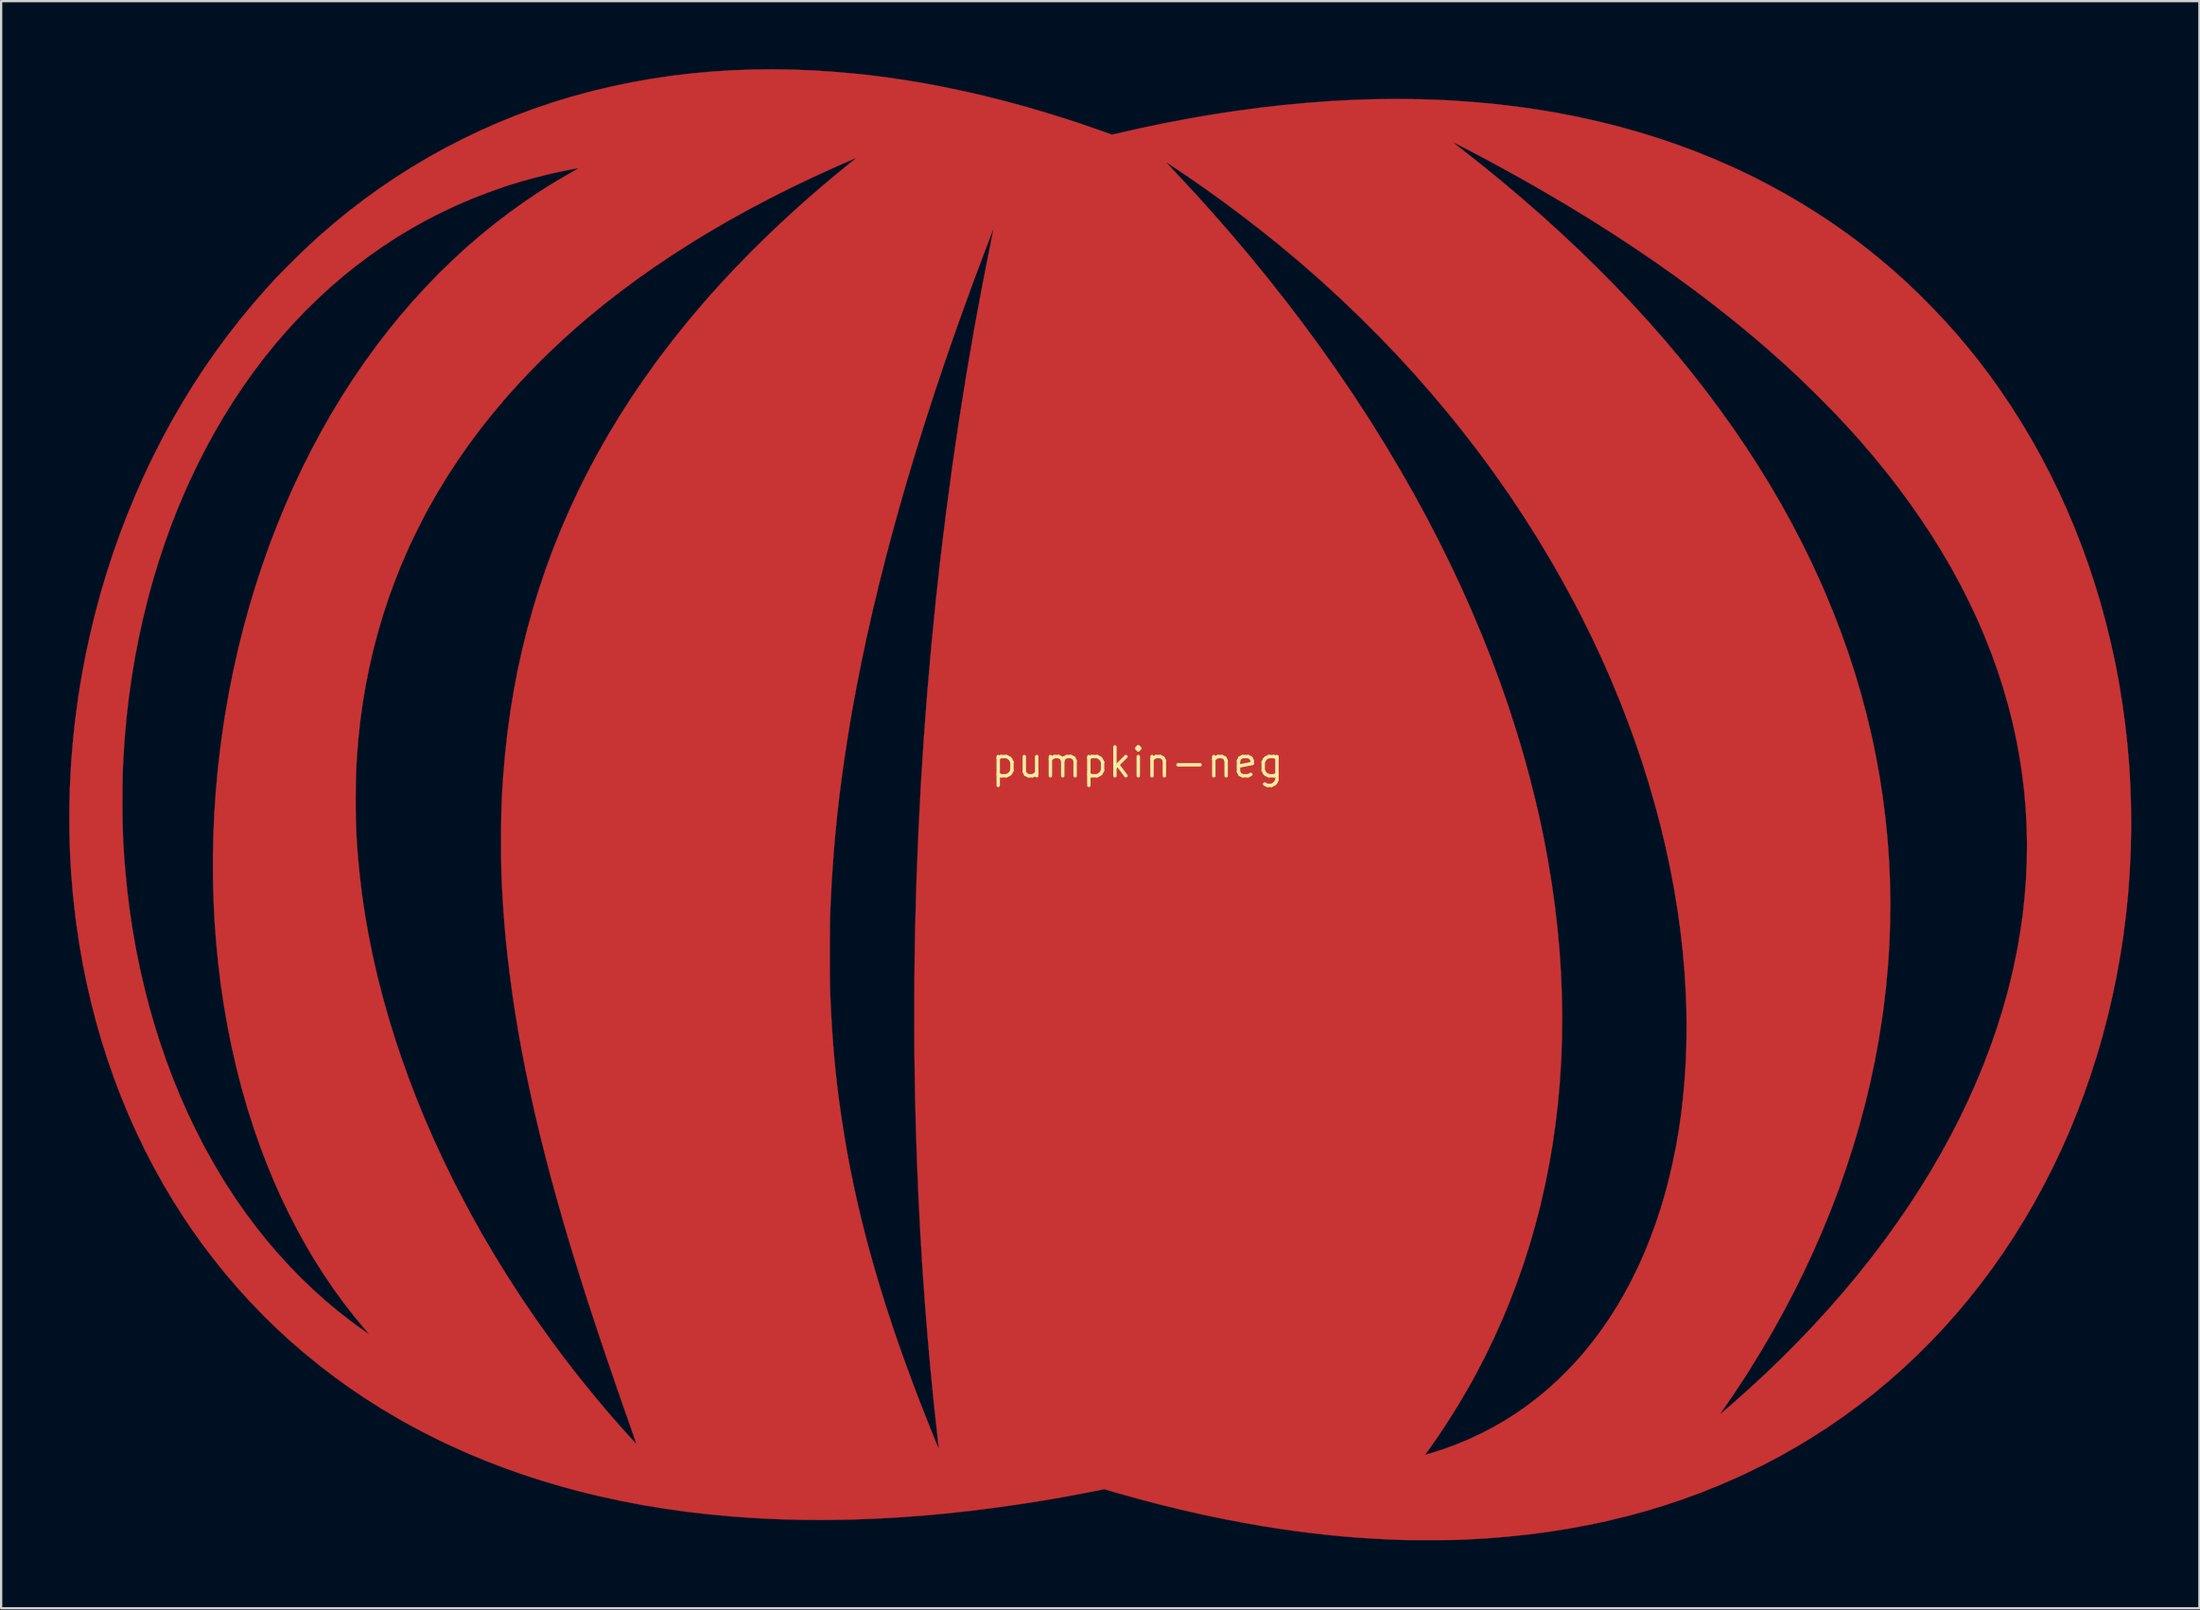
<source format=kicad_pcb>
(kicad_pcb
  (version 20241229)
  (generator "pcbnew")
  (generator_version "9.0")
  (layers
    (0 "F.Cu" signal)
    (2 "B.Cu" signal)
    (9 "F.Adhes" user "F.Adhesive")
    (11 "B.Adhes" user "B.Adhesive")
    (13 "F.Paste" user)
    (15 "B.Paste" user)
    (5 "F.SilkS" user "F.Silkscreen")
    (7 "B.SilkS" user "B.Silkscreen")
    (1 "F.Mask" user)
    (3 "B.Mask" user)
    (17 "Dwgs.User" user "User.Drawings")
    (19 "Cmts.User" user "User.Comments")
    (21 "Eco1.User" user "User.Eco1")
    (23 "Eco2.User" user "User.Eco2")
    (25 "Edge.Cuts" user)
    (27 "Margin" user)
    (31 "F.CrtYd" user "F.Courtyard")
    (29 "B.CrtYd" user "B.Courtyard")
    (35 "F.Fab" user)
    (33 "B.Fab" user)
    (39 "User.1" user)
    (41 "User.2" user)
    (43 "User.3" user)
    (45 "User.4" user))
  (footprint "pumpkin-neg"
    (layer "F.Cu")
    (at 47.056 30.556)
    (property "Reference" "pumpkin-neg" (at 0 0 0) (layer "F.SilkS") (effects (font (size 1.27 1.27) (thickness 0.15))))
    (attr through_hole)
    (fp_poly (pts (xy -15.131 -30.536) (xy -14.206 -30.498) (xy -13.273 -30.435) (xy -12.33 -30.35) (xy -11.944 -30.308) (xy -11.108 -30.204) (xy -10.26 -30.08) (xy -9.401 -29.936) (xy -8.535 -29.772) (xy -7.662 -29.589) (xy -6.784 -29.388) (xy -5.905 -29.168) (xy -5.026 -28.931) (xy -4.149 -28.676) (xy -3.276 -28.405) (xy -3.27 -28.403) (xy -3.172 -28.372) (xy -3.079 -28.342) (xy -2.993 -28.314) (xy -2.919 -28.291) (xy -2.86 -28.272) (xy -2.82 -28.259) (xy -2.811 -28.256) (xy -2.771 -28.243) (xy -2.711 -28.223) (xy -2.632 -28.197) (xy -2.539 -28.165) (xy -2.433 -28.129) (xy -2.319 -28.089) (xy -2.198 -28.048) (xy -2.075 -28.005) (xy -1.951 -27.962) (xy -1.831 -27.92) (xy -1.716 -27.88) (xy -1.611 -27.843) (xy -1.517 -27.81) (xy -1.439 -27.782) (xy -1.417 -27.774) (xy -1.126 -27.67) (xy -0.979 -27.705) (xy 0.098 -27.95) (xy 1.169 -28.174) (xy 2.234 -28.377) (xy 3.291 -28.559) (xy 4.342 -28.719) (xy 5.384 -28.859) (xy 6.418 -28.976) (xy 7.442 -29.073) (xy 8.457 -29.148) (xy 9.462 -29.202) (xy 10.456 -29.234) (xy 11.439 -29.244) (xy 12.41 -29.233) (xy 13.369 -29.2) (xy 13.805 -29.178) (xy 14.772 -29.111) (xy 15.726 -29.023) (xy 16.668 -28.913) (xy 17.596 -28.781) (xy 18.513 -28.627) (xy 19.417 -28.45) (xy 20.308 -28.252) (xy 21.187 -28.032) (xy 22.053 -27.79) (xy 22.908 -27.526) (xy 23.75 -27.239) (xy 24.58 -26.931) (xy 25.398 -26.6) (xy 26.204 -26.248) (xy 26.486 -26.118) (xy 27.166 -25.789) (xy 27.841 -25.44) (xy 28.511 -25.072) (xy 29.171 -24.687) (xy 29.819 -24.286) (xy 30.454 -23.871) (xy 31.073 -23.443) (xy 31.672 -23.004) (xy 32.251 -22.555) (xy 32.36 -22.467) (xy 32.649 -22.231) (xy 32.92 -22.005) (xy 33.179 -21.785) (xy 33.428 -21.566) (xy 33.672 -21.347) (xy 33.915 -21.122) (xy 34.162 -20.888) (xy 34.416 -20.642) (xy 34.561 -20.498) (xy 35.093 -19.959) (xy 35.602 -19.417) (xy 36.091 -18.868) (xy 36.563 -18.31) (xy 37.021 -17.739) (xy 37.468 -17.151) (xy 37.906 -16.544) (xy 37.96 -16.466) (xy 38.447 -15.747) (xy 38.914 -15.012) (xy 39.36 -14.263) (xy 39.786 -13.501) (xy 40.191 -12.725) (xy 40.575 -11.937) (xy 40.938 -11.136) (xy 41.28 -10.325) (xy 41.6 -9.502) (xy 41.899 -8.669) (xy 42.176 -7.826) (xy 42.432 -6.974) (xy 42.665 -6.113) (xy 42.877 -5.244) (xy 43.066 -4.367) (xy 43.233 -3.483) (xy 43.377 -2.593) (xy 43.499 -1.697) (xy 43.598 -0.795) (xy 43.674 0.111) (xy 43.727 1.022) (xy 43.757 1.936) (xy 43.764 2.854) (xy 43.747 3.775) (xy 43.706 4.697) (xy 43.642 5.621) (xy 43.624 5.836) (xy 43.532 6.74) (xy 43.417 7.642) (xy 43.278 8.539) (xy 43.116 9.432) (xy 42.932 10.318) (xy 42.726 11.197) (xy 42.497 12.069) (xy 42.246 12.932) (xy 41.973 13.785) (xy 41.679 14.628) (xy 41.364 15.459) (xy 41.029 16.278) (xy 40.672 17.084) (xy 40.295 17.876) (xy 39.906 18.637) (xy 39.486 19.407) (xy 39.047 20.16) (xy 38.59 20.896) (xy 38.115 21.615) (xy 37.622 22.316) (xy 37.112 22.999) (xy 36.585 23.664) (xy 36.04 24.311) (xy 35.479 24.94) (xy 34.901 25.55) (xy 34.306 26.141) (xy 33.696 26.713) (xy 33.069 27.266) (xy 32.427 27.8) (xy 31.769 28.314) (xy 31.096 28.808) (xy 30.407 29.282) (xy 29.704 29.736) (xy 28.986 30.169) (xy 28.254 30.582) (xy 27.507 30.974) (xy 26.747 31.344) (xy 26.403 31.503) (xy 25.625 31.841) (xy 24.837 32.158) (xy 24.036 32.452) (xy 23.225 32.725) (xy 22.402 32.975) (xy 21.567 33.203) (xy 20.72 33.409) (xy 19.862 33.593) (xy 18.991 33.754) (xy 18.108 33.894) (xy 17.213 34.012) (xy 16.305 34.108) (xy 15.385 34.183) (xy 14.451 34.235) (xy 14.008 34.252) (xy 13.941 34.254) (xy 13.852 34.255) (xy 13.743 34.257) (xy 13.618 34.258) (xy 13.479 34.259) (xy 13.329 34.26) (xy 13.171 34.261) (xy 13.008 34.261) (xy 12.843 34.262) (xy 12.678 34.262) (xy 12.517 34.262) (xy 12.362 34.262) (xy 12.216 34.261) (xy 12.081 34.261) (xy 11.962 34.26) (xy 11.86 34.259) (xy 11.779 34.257) (xy 11.735 34.256) (xy 11.022 34.229) (xy 10.325 34.193) (xy 9.639 34.147) (xy 8.959 34.09) (xy 8.277 34.023) (xy 7.589 33.944) (xy 6.889 33.853) (xy 6.337 33.775) (xy 5.47 33.638) (xy 4.588 33.483) (xy 3.696 33.311) (xy 2.795 33.121) (xy 1.889 32.914) (xy 0.981 32.692) (xy 0.073 32.454) (xy -0.832 32.202) (xy -1.166 32.105) (xy -1.466 32.016) (xy -1.847 32.092) (xy -2.342 32.189) (xy -2.818 32.279) (xy -3.28 32.364) (xy -3.733 32.444) (xy -4.183 32.52) (xy -4.634 32.593) (xy -5.004 32.651) (xy -6.137 32.815) (xy -7.255 32.958) (xy -8.361 33.08) (xy -9.453 33.181) (xy -10.532 33.26) (xy -11.598 33.319) (xy -12.652 33.357) (xy -13.694 33.373) (xy -14.724 33.369) (xy -15.742 33.343) (xy -16.749 33.297) (xy -17.745 33.229) (xy -17.907 33.216) (xy -18.89 33.124) (xy -19.859 33.011) (xy -20.815 32.877) (xy -21.758 32.723) (xy -22.687 32.547) (xy -23.602 32.35) (xy -24.503 32.133) (xy -25.389 31.895) (xy -26.262 31.636) (xy -27.12 31.356) (xy -27.964 31.056) (xy -28.649 30.792) (xy -29.347 30.505) (xy -30.042 30.199) (xy -30.729 29.876) (xy -31.404 29.539) (xy -32.063 29.189) (xy -32.544 28.921) (xy -33.274 28.488) (xy -33.989 28.036) (xy -34.688 27.565) (xy -35.37 27.074) (xy -36.035 26.565) (xy -36.684 26.036) (xy -37.316 25.49) (xy -37.93 24.925) (xy -38.526 24.342) (xy -39.104 23.741) (xy -39.665 23.123) (xy -40.207 22.487) (xy -40.73 21.834) (xy -41.235 21.165) (xy -41.72 20.479) (xy -42.017 20.036) (xy -42.473 19.32) (xy -42.908 18.59) (xy -43.322 17.845) (xy -43.716 17.086) (xy -44.088 16.314) (xy -44.439 15.529) (xy -44.769 14.731) (xy -45.077 13.922) (xy -45.364 13.1) (xy -45.628 12.268) (xy -45.871 11.424) (xy -46.092 10.57) (xy -46.29 9.707) (xy -46.466 8.833) (xy -46.62 7.95) (xy -46.75 7.059) (xy -46.792 6.731) (xy -46.893 5.81) (xy -46.97 4.883) (xy -47.021 3.951) (xy -47.048 3.014) (xy -47.051 2.073) (xy -47.043 1.741) (xy -44.715 1.741) (xy -44.714 2.095) (xy -44.71 2.432) (xy -44.704 2.755) (xy -44.694 3.07) (xy -44.682 3.381) (xy -44.666 3.69) (xy -44.647 4.004) (xy -44.624 4.324) (xy -44.597 4.657) (xy -44.589 4.756) (xy -44.502 5.635) (xy -44.394 6.507) (xy -44.265 7.37) (xy -44.114 8.225) (xy -43.943 9.071) (xy -43.751 9.908) (xy -43.538 10.733) (xy -43.305 11.548) (xy -43.053 12.35) (xy -42.78 13.141) (xy -42.488 13.918) (xy -42.177 14.682) (xy -41.846 15.431) (xy -41.496 16.165) (xy -41.128 16.884) (xy -40.741 17.586) (xy -40.336 18.272) (xy -40.131 18.601) (xy -39.709 19.244) (xy -39.272 19.869) (xy -38.818 20.475) (xy -38.348 21.063) (xy -37.864 21.631) (xy -37.364 22.18) (xy -36.849 22.708) (xy -36.32 23.217) (xy -35.778 23.705) (xy -35.221 24.171) (xy -34.651 24.616) (xy -34.595 24.658) (xy -34.513 24.719) (xy -34.427 24.782) (xy -34.339 24.847) (xy -34.251 24.91) (xy -34.166 24.971) (xy -34.086 25.028) (xy -34.015 25.078) (xy -33.953 25.121) (xy -33.904 25.154) (xy -33.871 25.175) (xy -33.855 25.184) (xy -33.855 25.184) (xy -33.86 25.175) (xy -33.88 25.149) (xy -33.912 25.11) (xy -33.955 25.059) (xy -34.005 24.999) (xy -34.045 24.952) (xy -34.516 24.386) (xy -34.972 23.8) (xy -35.412 23.195) (xy -35.836 22.57) (xy -36.244 21.927) (xy -36.637 21.265) (xy -37.013 20.586) (xy -37.372 19.889) (xy -37.714 19.176) (xy -38.039 18.446) (xy -38.347 17.701) (xy -38.637 16.94) (xy -38.909 16.164) (xy -39.163 15.373) (xy -39.218 15.195) (xy -39.465 14.329) (xy -39.691 13.45) (xy -39.894 12.561) (xy -40.076 11.661) (xy -40.235 10.751) (xy -40.373 9.833) (xy -40.487 8.907) (xy -40.58 7.973) (xy -40.651 7.033) (xy -40.699 6.087) (xy -40.724 5.136) (xy -40.727 4.181) (xy -40.708 3.223) (xy -40.666 2.262) (xy -40.627 1.678) (xy -34.44 1.678) (xy -34.44 1.977) (xy -34.437 2.259) (xy -34.432 2.529) (xy -34.424 2.792) (xy -34.414 3.052) (xy -34.4 3.315) (xy -34.384 3.583) (xy -34.364 3.863) (xy -34.347 4.083) (xy -34.264 4.96) (xy -34.157 5.842) (xy -34.025 6.728) (xy -33.869 7.618) (xy -33.688 8.512) (xy -33.483 9.408) (xy -33.254 10.306) (xy -33.002 11.206) (xy -32.725 12.108) (xy -32.425 13.01) (xy -32.102 13.913) (xy -31.755 14.816) (xy -31.386 15.718) (xy -30.993 16.62) (xy -30.577 17.519) (xy -30.139 18.417) (xy -29.917 18.853) (xy -29.409 19.814) (xy -28.878 20.767) (xy -28.323 21.712) (xy -27.745 22.648) (xy -27.146 23.573) (xy -26.526 24.487) (xy -25.886 25.388) (xy -25.226 26.275) (xy -24.548 27.148) (xy -23.852 28.004) (xy -23.338 28.613) (xy -23.259 28.704) (xy -23.174 28.802) (xy -23.084 28.905) (xy -22.99 29.012) (xy -22.893 29.122) (xy -22.796 29.232) (xy -22.699 29.341) (xy -22.604 29.448) (xy -22.512 29.55) (xy -22.425 29.647) (xy -22.345 29.736) (xy -22.272 29.815) (xy -22.209 29.884) (xy -22.157 29.941) (xy -22.116 29.983) (xy -22.09 30.01) (xy -22.078 30.02) (xy -22.078 30.02) (xy -22.081 30.007) (xy -22.092 29.973) (xy -22.11 29.919) (xy -22.134 29.848) (xy -22.164 29.762) (xy -22.198 29.664) (xy -22.236 29.554) (xy -22.277 29.436) (xy -22.296 29.381) (xy -22.496 28.81) (xy -22.688 28.261) (xy -22.871 27.733) (xy -23.046 27.224) (xy -23.214 26.734) (xy -23.376 26.261) (xy -23.531 25.803) (xy -23.68 25.359) (xy -23.824 24.927) (xy -23.963 24.507) (xy -24.097 24.097) (xy -24.227 23.696) (xy -24.354 23.301) (xy -24.478 22.913) (xy -24.599 22.528) (xy -24.718 22.147) (xy -24.725 22.123) (xy -25.032 21.117) (xy -25.323 20.13) (xy -25.598 19.161) (xy -25.858 18.21) (xy -26.102 17.276) (xy -26.331 16.357) (xy -26.545 15.454) (xy -26.744 14.565) (xy -26.929 13.69) (xy -27.098 12.828) (xy -27.253 11.978) (xy -27.394 11.14) (xy -27.521 10.313) (xy -27.633 9.495) (xy -27.732 8.687) (xy -27.75 8.516) (xy -13.557 8.516) (xy -13.557 8.725) (xy -13.557 8.93) (xy -13.556 9.13) (xy -13.554 9.321) (xy -13.553 9.5) (xy -13.551 9.667) (xy -13.549 9.818) (xy -13.547 9.951) (xy -13.544 10.063) (xy -13.541 10.152) (xy -13.541 10.154) (xy -13.516 10.712) (xy -13.488 11.248) (xy -13.457 11.766) (xy -13.421 12.268) (xy -13.382 12.76) (xy -13.338 13.243) (xy -13.29 13.721) (xy -13.236 14.198) (xy -13.177 14.677) (xy -13.112 15.161) (xy -13.067 15.481) (xy -12.951 16.239) (xy -12.824 16.997) (xy -12.684 17.755) (xy -12.53 18.516) (xy -12.364 19.279) (xy -12.184 20.047) (xy -11.991 20.82) (xy -11.783 21.599) (xy -11.561 22.386) (xy -11.324 23.182) (xy -11.072 23.988) (xy -10.805 24.804) (xy -10.522 25.633) (xy -10.222 26.475) (xy -9.907 27.332) (xy -9.574 28.204) (xy -9.225 29.092) (xy -9.04 29.553) (xy -8.981 29.699) (xy -8.93 29.824) (xy -8.888 29.928) (xy -8.853 30.014) (xy -8.824 30.083) (xy -8.802 30.137) (xy -8.785 30.177) (xy -8.773 30.205) (xy -8.764 30.223) (xy -8.759 30.233) (xy -8.756 30.236) (xy -8.756 30.236) (xy -8.756 30.223) (xy -8.76 30.187) (xy -8.765 30.132) (xy -8.773 30.06) (xy -8.782 29.974) (xy -8.793 29.876) (xy -8.805 29.769) (xy -8.807 29.75) (xy -8.967 28.29) (xy -9.113 26.811) (xy -9.247 25.315) (xy -9.367 23.802) (xy -9.474 22.277) (xy -9.567 20.739) (xy -9.647 19.193) (xy -9.713 17.639) (xy -9.765 16.081) (xy -9.791 15.056) (xy -9.804 14.435) (xy -9.815 13.793) (xy -9.823 13.133) (xy -9.829 12.462) (xy -9.832 11.781) (xy -9.833 11.097) (xy -9.832 10.412) (xy -9.829 9.731) (xy -9.823 9.059) (xy -9.815 8.399) (xy -9.805 7.756) (xy -9.792 7.133) (xy -9.791 7.118) (xy -9.733 5.063) (xy -9.65 3.012) (xy -9.544 0.968) (xy -9.415 -1.071) (xy -9.262 -3.103) (xy -9.085 -5.128) (xy -8.886 -7.146) (xy -8.663 -9.157) (xy -8.416 -11.159) (xy -8.147 -13.153) (xy -7.854 -15.138) (xy -7.539 -17.114) (xy -7.2 -19.08) (xy -6.838 -21.036) (xy -6.453 -22.981) (xy -6.45 -22.998) (xy -6.428 -23.107) (xy -6.408 -23.208) (xy -6.39 -23.298) (xy -6.375 -23.375) (xy -6.364 -23.436) (xy -6.356 -23.479) (xy -6.353 -23.5) (xy -6.353 -23.502) (xy -6.359 -23.493) (xy -6.373 -23.465) (xy -6.391 -23.422) (xy -6.41 -23.371) (xy -6.425 -23.332) (xy -6.448 -23.272) (xy -6.478 -23.195) (xy -6.513 -23.102) (xy -6.553 -22.997) (xy -6.596 -22.883) (xy -6.642 -22.763) (xy -6.689 -22.639) (xy -6.697 -22.619) (xy -7.189 -21.309) (xy -7.663 -20.012) (xy -8.119 -18.728) (xy -8.557 -17.459) (xy -8.976 -16.203) (xy -9.378 -14.961) (xy -9.761 -13.734) (xy -10.126 -12.522) (xy -10.472 -11.324) (xy -10.8 -10.141) (xy -11.109 -8.973) (xy -11.4 -7.821) (xy -11.672 -6.685) (xy -11.925 -5.564) (xy -12.159 -4.459) (xy -12.375 -3.371) (xy -12.572 -2.299) (xy -12.692 -1.594) (xy -12.822 -0.786) (xy -12.94 0.004) (xy -13.048 0.779) (xy -13.144 1.544) (xy -13.23 2.303) (xy -13.306 3.06) (xy -13.373 3.819) (xy -13.43 4.584) (xy -13.479 5.359) (xy -13.519 6.148) (xy -13.541 6.655) (xy -13.544 6.747) (xy -13.547 6.861) (xy -13.549 6.996) (xy -13.551 7.148) (xy -13.553 7.316) (xy -13.554 7.498) (xy -13.556 7.689) (xy -13.557 7.89) (xy -13.557 8.096) (xy -13.557 8.305) (xy -13.557 8.516) (xy -27.75 8.516) (xy -27.817 7.888) (xy -27.888 7.096) (xy -27.946 6.312) (xy -27.984 5.652) (xy -27.994 5.461) (xy -28.002 5.284) (xy -28.009 5.118) (xy -28.015 4.959) (xy -28.02 4.804) (xy -28.024 4.648) (xy -28.028 4.49) (xy -28.03 4.324) (xy -28.032 4.148) (xy -28.033 3.958) (xy -28.034 3.751) (xy -28.034 3.523) (xy -28.034 3.442) (xy -28.034 3.135) (xy -28.032 2.849) (xy -28.029 2.581) (xy -28.025 2.328) (xy -28.019 2.085) (xy -28.011 1.848) (xy -28.002 1.615) (xy -27.991 1.381) (xy -27.977 1.142) (xy -27.962 0.895) (xy -27.944 0.636) (xy -27.939 0.572) (xy -27.858 -0.381) (xy -27.754 -1.324) (xy -27.626 -2.257) (xy -27.474 -3.181) (xy -27.299 -4.097) (xy -27.1 -5.003) (xy -26.877 -5.901) (xy -26.63 -6.79) (xy -26.36 -7.67) (xy -26.066 -8.542) (xy -25.747 -9.405) (xy -25.405 -10.26) (xy -25.039 -11.107) (xy -24.649 -11.946) (xy -24.235 -12.776) (xy -23.797 -13.599) (xy -23.334 -14.414) (xy -22.848 -15.222) (xy -22.337 -16.022) (xy -21.802 -16.814) (xy -21.242 -17.6) (xy -20.964 -17.975) (xy -20.387 -18.726) (xy -19.788 -19.469) (xy -19.168 -20.203) (xy -18.816 -20.606) (xy -18.237 -21.245) (xy -17.636 -21.884) (xy -17.013 -22.522) (xy -16.371 -23.155) (xy -15.712 -23.782) (xy -15.038 -24.401) (xy -14.352 -25.01) (xy -13.655 -25.607) (xy -12.95 -26.19) (xy -12.725 -26.371) (xy -12.633 -26.445) (xy -12.622 -26.454) (xy 1.263 -26.454) (xy 1.263 -26.451) (xy 1.272 -26.439) (xy 1.289 -26.418) (xy 1.317 -26.387) (xy 1.357 -26.344) (xy 1.409 -26.288) (xy 1.474 -26.218) (xy 1.555 -26.132) (xy 1.651 -26.03) (xy 1.69 -25.989) (xy 2.549 -25.065) (xy 3.391 -24.128) (xy 4.217 -23.179) (xy 5.025 -22.22) (xy 5.813 -21.25) (xy 6.582 -20.272) (xy 7.331 -19.287) (xy 8.058 -18.295) (xy 8.762 -17.298) (xy 9.444 -16.297) (xy 10.101 -15.293) (xy 10.353 -14.897) (xy 10.983 -13.878) (xy 11.59 -12.856) (xy 12.173 -11.831) (xy 12.731 -10.804) (xy 13.265 -9.774) (xy 13.775 -8.742) (xy 14.261 -7.709) (xy 14.722 -6.674) (xy 15.159 -5.637) (xy 15.571 -4.6) (xy 15.958 -3.561) (xy 16.32 -2.522) (xy 16.657 -1.483) (xy 16.97 -0.443) (xy 17.257 0.597) (xy 17.519 1.637) (xy 17.678 2.323) (xy 17.89 3.326) (xy 18.078 4.326) (xy 18.241 5.322) (xy 18.38 6.313) (xy 18.493 7.3) (xy 18.583 8.283) (xy 18.647 9.261) (xy 18.686 10.234) (xy 18.701 11.203) (xy 18.691 12.166) (xy 18.657 13.125) (xy 18.597 14.078) (xy 18.592 14.141) (xy 18.509 15.057) (xy 18.402 15.965) (xy 18.272 16.866) (xy 18.118 17.758) (xy 17.941 18.642) (xy 17.741 19.517) (xy 17.517 20.383) (xy 17.27 21.239) (xy 17 22.086) (xy 16.707 22.922) (xy 16.392 23.748) (xy 16.054 24.564) (xy 15.693 25.368) (xy 15.309 26.161) (xy 14.903 26.942) (xy 14.786 27.159) (xy 14.494 27.678) (xy 14.188 28.199) (xy 13.87 28.716) (xy 13.544 29.225) (xy 13.213 29.72) (xy 12.881 30.196) (xy 12.828 30.27) (xy 12.773 30.346) (xy 12.732 30.404) (xy 12.702 30.446) (xy 12.682 30.475) (xy 12.671 30.492) (xy 12.666 30.502) (xy 12.665 30.505) (xy 12.666 30.505) (xy 12.68 30.502) (xy 12.714 30.492) (xy 12.765 30.477) (xy 12.829 30.458) (xy 12.903 30.436) (xy 12.924 30.43) (xy 13.497 30.245) (xy 14.057 30.038) (xy 14.605 29.809) (xy 15.141 29.558) (xy 15.664 29.285) (xy 16.174 28.99) (xy 16.672 28.673) (xy 17.156 28.334) (xy 17.627 27.974) (xy 17.858 27.785) (xy 18.213 27.477) (xy 18.568 27.149) (xy 18.916 26.806) (xy 19.252 26.452) (xy 19.572 26.094) (xy 19.69 25.955) (xy 20.08 25.47) (xy 20.453 24.968) (xy 20.809 24.447) (xy 21.148 23.908) (xy 21.469 23.352) (xy 21.773 22.779) (xy 22.06 22.19) (xy 22.329 21.585) (xy 22.58 20.964) (xy 22.814 20.328) (xy 23.03 19.678) (xy 23.227 19.014) (xy 23.406 18.335) (xy 23.567 17.644) (xy 23.71 16.94) (xy 23.834 16.224) (xy 23.94 15.495) (xy 24.026 14.755) (xy 24.094 14.005) (xy 24.143 13.243) (xy 24.172 12.472) (xy 24.183 11.691) (xy 24.174 10.901) (xy 24.145 10.102) (xy 24.097 9.294) (xy 24.091 9.214) (xy 24.012 8.305) (xy 23.908 7.391) (xy 23.78 6.473) (xy 23.629 5.551) (xy 23.453 4.626) (xy 23.254 3.7) (xy 23.031 2.772) (xy 22.786 1.844) (xy 22.517 0.917) (xy 22.226 -0.009) (xy 21.913 -0.934) (xy 21.577 -1.855) (xy 21.22 -2.773) (xy 20.841 -3.687) (xy 20.441 -4.595) (xy 20.019 -5.497) (xy 19.576 -6.393) (xy 19.243 -7.036) (xy 18.711 -8.017) (xy 18.157 -8.986) (xy 17.58 -9.943) (xy 16.981 -10.887) (xy 16.36 -11.819) (xy 15.717 -12.738) (xy 15.053 -13.645) (xy 14.367 -14.538) (xy 13.659 -15.418) (xy 12.93 -16.285) (xy 12.18 -17.139) (xy 11.409 -17.98) (xy 10.616 -18.806) (xy 9.802 -19.619) (xy 8.968 -20.418) (xy 8.112 -21.203) (xy 7.895 -21.398) (xy 7.11 -22.082) (xy 6.303 -22.758) (xy 5.476 -23.425) (xy 4.631 -24.079) (xy 3.772 -24.72) (xy 2.901 -25.345) (xy 2.4 -25.694) (xy 2.318 -25.751) (xy 2.227 -25.813) (xy 2.129 -25.879) (xy 2.028 -25.947) (xy 1.924 -26.017) (xy 1.821 -26.086) (xy 1.72 -26.154) (xy 1.624 -26.218) (xy 1.535 -26.277) (xy 1.455 -26.331) (xy 1.386 -26.376) (xy 1.33 -26.412) (xy 1.289 -26.438) (xy 1.267 -26.452) (xy 1.263 -26.454) (xy -12.622 -26.454) (xy -12.559 -26.505) (xy -12.502 -26.551) (xy -12.459 -26.586) (xy -12.429 -26.611) (xy -12.411 -26.627) (xy -12.402 -26.636) (xy -12.401 -26.64) (xy -12.407 -26.639) (xy -12.417 -26.635) (xy -12.421 -26.634) (xy -12.449 -26.622) (xy -12.498 -26.602) (xy -12.564 -26.574) (xy -12.644 -26.539) (xy -12.736 -26.5) (xy -12.835 -26.456) (xy -12.939 -26.411) (xy -13.045 -26.365) (xy -13.15 -26.318) (xy -13.251 -26.274) (xy -13.344 -26.232) (xy -13.36 -26.225) (xy -14.331 -25.782) (xy -15.28 -25.327) (xy -16.207 -24.861) (xy -17.112 -24.383) (xy -17.995 -23.894) (xy -18.856 -23.393) (xy -19.694 -22.882) (xy -20.51 -22.359) (xy -21.304 -21.825) (xy -22.075 -21.28) (xy -22.823 -20.724) (xy -23.549 -20.157) (xy -24.252 -19.579) (xy -24.721 -19.176) (xy -25.251 -18.702) (xy -25.774 -18.213) (xy -26.287 -17.714) (xy -26.785 -17.208) (xy -27.266 -16.697) (xy -27.727 -16.185) (xy -27.947 -15.931) (xy -28.482 -15.29) (xy -28.994 -14.64) (xy -29.482 -13.981) (xy -29.948 -13.313) (xy -30.392 -12.634) (xy -30.814 -11.943) (xy -31.215 -11.24) (xy -31.254 -11.17) (xy -31.318 -11.05) (xy -31.392 -10.911) (xy -31.471 -10.757) (xy -31.555 -10.594) (xy -31.641 -10.424) (xy -31.727 -10.252) (xy -31.811 -10.083) (xy -31.891 -9.92) (xy -31.964 -9.768) (xy -32.029 -9.631) (xy -32.067 -9.55) (xy -32.39 -8.815) (xy -32.69 -8.07) (xy -32.967 -7.315) (xy -33.22 -6.551) (xy -33.45 -5.778) (xy -33.656 -4.996) (xy -33.839 -4.207) (xy -33.998 -3.41) (xy -34.133 -2.606) (xy -34.243 -1.796) (xy -34.33 -0.981) (xy -34.385 -0.273) (xy -34.394 -0.126) (xy -34.402 0.007) (xy -34.409 0.13) (xy -34.415 0.245) (xy -34.42 0.357) (xy -34.424 0.469) (xy -34.428 0.584) (xy -34.43 0.707) (xy -34.433 0.84) (xy -34.435 0.988) (xy -34.437 1.154) (xy -34.438 1.341) (xy -34.439 1.359) (xy -34.44 1.678) (xy -40.627 1.678) (xy -40.602 1.299) (xy -40.515 0.336) (xy -40.405 -0.628) (xy -40.272 -1.591) (xy -40.176 -2.204) (xy -40.008 -3.157) (xy -39.818 -4.102) (xy -39.607 -5.038) (xy -39.375 -5.966) (xy -39.123 -6.883) (xy -38.849 -7.79) (xy -38.556 -8.685) (xy -38.243 -9.569) (xy -37.909 -10.441) (xy -37.557 -11.299) (xy -37.185 -12.144) (xy -36.794 -12.975) (xy -36.384 -13.791) (xy -35.956 -14.591) (xy -35.509 -15.376) (xy -35.045 -16.143) (xy -34.562 -16.893) (xy -34.063 -17.625) (xy -34.025 -17.678) (xy -33.517 -18.377) (xy -32.994 -19.057) (xy -32.456 -19.716) (xy -31.903 -20.356) (xy -31.336 -20.975) (xy -30.755 -21.575) (xy -30.161 -22.153) (xy -29.552 -22.711) (xy -28.93 -23.247) (xy -28.295 -23.762) (xy -27.648 -24.255) (xy -26.987 -24.727) (xy -26.638 -24.964) (xy -26.388 -25.129) (xy -26.146 -25.285) (xy -25.909 -25.435) (xy -25.671 -25.581) (xy -25.426 -25.727) (xy -25.17 -25.876) (xy -24.897 -26.032) (xy -24.833 -26.067) (xy -24.763 -26.107) (xy -24.708 -26.138) (xy -24.668 -26.161) (xy -24.645 -26.178) (xy -24.64 -26.187) (xy -24.654 -26.19) (xy -24.688 -26.187) (xy -24.742 -26.178) (xy -24.819 -26.164) (xy -24.92 -26.145) (xy -25.006 -26.128) (xy -25.519 -26.024) (xy -26.043 -25.904) (xy -26.571 -25.771) (xy -27.094 -25.626) (xy -27.606 -25.471) (xy -27.898 -25.376) (xy -28.607 -25.127) (xy -29.303 -24.856) (xy -29.986 -24.563) (xy -30.658 -24.248) (xy -31.317 -23.911) (xy -31.963 -23.551) (xy -32.597 -23.17) (xy -33.218 -22.766) (xy -33.827 -22.341) (xy -34.422 -21.894) (xy -35.005 -21.425) (xy -35.574 -20.934) (xy -36.13 -20.422) (xy -36.674 -19.888) (xy -36.968 -19.583) (xy -37.486 -19.02) (xy -37.988 -18.438) (xy -38.474 -17.836) (xy -38.945 -17.214) (xy -39.4 -16.573) (xy -39.839 -15.913) (xy -40.261 -15.234) (xy -40.667 -14.538) (xy -41.056 -13.823) (xy -41.428 -13.091) (xy -41.783 -12.341) (xy -41.916 -12.046) (xy -42.246 -11.274) (xy -42.556 -10.487) (xy -42.846 -9.686) (xy -43.117 -8.87) (xy -43.367 -8.043) (xy -43.597 -7.204) (xy -43.806 -6.355) (xy -43.994 -5.496) (xy -44.162 -4.63) (xy -44.307 -3.756) (xy -44.431 -2.877) (xy -44.534 -1.992) (xy -44.614 -1.104) (xy -44.659 -0.432) (xy -44.668 -0.277) (xy -44.676 -0.137) (xy -44.682 -0.009) (xy -44.688 0.111) (xy -44.693 0.226) (xy -44.697 0.339) (xy -44.701 0.454) (xy -44.703 0.574) (xy -44.706 0.703) (xy -44.708 0.844) (xy -44.71 1) (xy -44.711 1.175) (xy -44.713 1.366) (xy -44.715 1.741) (xy -47.043 1.741) (xy -47.029 1.128) (xy -46.982 0.18) (xy -46.964 -0.089) (xy -46.887 -1.025) (xy -46.785 -1.957) (xy -46.659 -2.887) (xy -46.509 -3.811) (xy -46.336 -4.731) (xy -46.139 -5.646) (xy -45.92 -6.553) (xy -45.677 -7.454) (xy -45.412 -8.347) (xy -45.124 -9.232) (xy -44.813 -10.107) (xy -44.481 -10.972) (xy -44.127 -11.827) (xy -43.752 -12.671) (xy -43.355 -13.503) (xy -42.937 -14.322) (xy -42.498 -15.128) (xy -42.038 -15.92) (xy -41.588 -16.65) (xy -41.107 -17.386) (xy -40.607 -18.106) (xy -40.088 -18.812) (xy -39.549 -19.504) (xy -38.988 -20.184) (xy -38.405 -20.853) (xy -38.088 -21.202) (xy -37.958 -21.342) (xy -37.811 -21.496) (xy -37.65 -21.661) (xy -37.479 -21.834) (xy -37.3 -22.012) (xy -37.117 -22.194) (xy -36.931 -22.375) (xy -36.745 -22.554) (xy -36.564 -22.727) (xy -36.388 -22.892) (xy -36.222 -23.045) (xy -36.068 -23.185) (xy -36.042 -23.208) (xy -35.396 -23.767) (xy -34.735 -24.306) (xy -34.059 -24.824) (xy -33.37 -25.321) (xy -32.668 -25.796) (xy -31.953 -26.249) (xy -31.225 -26.681) (xy -30.484 -27.091) (xy -29.996 -27.343) (xy 13.888 -27.343) (xy 13.895 -27.336) (xy 13.92 -27.315) (xy 13.961 -27.282) (xy 14.014 -27.239) (xy 14.079 -27.188) (xy 14.152 -27.131) (xy 14.194 -27.098) (xy 15.12 -26.368) (xy 16.025 -25.63) (xy 16.908 -24.884) (xy 17.77 -24.131) (xy 18.61 -23.37) (xy 19.428 -22.603) (xy 20.222 -21.83) (xy 20.994 -21.05) (xy 21.742 -20.265) (xy 22.467 -19.475) (xy 23.167 -18.679) (xy 23.843 -17.879) (xy 24.372 -17.228) (xy 25.013 -16.408) (xy 25.628 -15.585) (xy 26.219 -14.758) (xy 26.785 -13.927) (xy 27.327 -13.091) (xy 27.844 -12.251) (xy 28.338 -11.405) (xy 28.809 -10.553) (xy 29.255 -9.695) (xy 29.679 -8.831) (xy 30.08 -7.96) (xy 30.289 -7.48) (xy 30.655 -6.596) (xy 30.996 -5.707) (xy 31.313 -4.813) (xy 31.604 -3.916) (xy 31.87 -3.014) (xy 32.111 -2.109) (xy 32.328 -1.2) (xy 32.519 -0.288) (xy 32.685 0.628) (xy 32.826 1.546) (xy 32.942 2.468) (xy 33.033 3.391) (xy 33.099 4.318) (xy 33.139 5.246) (xy 33.154 6.177) (xy 33.144 7.109) (xy 33.109 8.043) (xy 33.048 8.979) (xy 32.962 9.915) (xy 32.851 10.853) (xy 32.785 11.328) (xy 32.635 12.268) (xy 32.461 13.206) (xy 32.261 14.142) (xy 32.036 15.076) (xy 31.786 16.007) (xy 31.512 16.935) (xy 31.213 17.859) (xy 30.891 18.78) (xy 30.544 19.696) (xy 30.173 20.607) (xy 29.778 21.513) (xy 29.36 22.413) (xy 28.918 23.307) (xy 28.453 24.195) (xy 27.965 25.076) (xy 27.454 25.949) (xy 26.92 26.815) (xy 26.765 27.057) (xy 26.688 27.177) (xy 26.6 27.312) (xy 26.503 27.459) (xy 26.4 27.613) (xy 26.295 27.771) (xy 26.19 27.927) (xy 26.088 28.077) (xy 25.992 28.218) (xy 25.905 28.345) (xy 25.852 28.42) (xy 25.8 28.495) (xy 25.753 28.563) (xy 25.713 28.621) (xy 25.682 28.667) (xy 25.662 28.698) (xy 25.654 28.71) (xy 25.654 28.71) (xy 25.659 28.709) (xy 25.675 28.697) (xy 25.704 28.675) (xy 25.746 28.64) (xy 25.802 28.593) (xy 25.874 28.531) (xy 25.962 28.455) (xy 26.068 28.363) (xy 26.079 28.354) (xy 26.852 27.671) (xy 27.607 26.975) (xy 28.343 26.268) (xy 29.058 25.55) (xy 29.753 24.823) (xy 30.426 24.086) (xy 31.077 23.341) (xy 31.705 22.589) (xy 32.309 21.83) (xy 32.342 21.787) (xy 32.908 21.039) (xy 33.449 20.287) (xy 33.968 19.53) (xy 34.462 18.769) (xy 34.933 18.004) (xy 35.38 17.235) (xy 35.802 16.463) (xy 36.201 15.687) (xy 36.575 14.909) (xy 36.924 14.128) (xy 37.249 13.344) (xy 37.549 12.559) (xy 37.824 11.771) (xy 38.074 10.982) (xy 38.299 10.192) (xy 38.392 9.836) (xy 38.578 9.053) (xy 38.739 8.27) (xy 38.875 7.488) (xy 38.986 6.707) (xy 39.071 5.927) (xy 39.131 5.148) (xy 39.166 4.371) (xy 39.176 3.595) (xy 39.16 2.821) (xy 39.12 2.049) (xy 39.054 1.279) (xy 38.963 0.512) (xy 38.846 -0.253) (xy 38.705 -1.015) (xy 38.538 -1.775) (xy 38.346 -2.531) (xy 38.129 -3.284) (xy 38.112 -3.34) (xy 37.869 -4.085) (xy 37.602 -4.828) (xy 37.309 -5.567) (xy 36.993 -6.303) (xy 36.652 -7.034) (xy 36.287 -7.759) (xy 35.898 -8.478) (xy 35.766 -8.712) (xy 35.356 -9.408) (xy 34.921 -10.102) (xy 34.462 -10.793) (xy 33.981 -11.479) (xy 33.477 -12.161) (xy 32.952 -12.836) (xy 32.407 -13.504) (xy 31.842 -14.163) (xy 31.401 -14.656) (xy 31.126 -14.955) (xy 30.833 -15.265) (xy 30.527 -15.584) (xy 30.211 -15.906) (xy 29.889 -16.228) (xy 29.565 -16.547) (xy 29.242 -16.859) (xy 28.925 -17.16) (xy 28.615 -17.447) (xy 28.55 -17.508) (xy 27.803 -18.175) (xy 27.033 -18.836) (xy 26.237 -19.491) (xy 25.418 -20.14) (xy 24.574 -20.783) (xy 23.705 -21.42) (xy 22.813 -22.051) (xy 21.897 -22.675) (xy 20.958 -23.293) (xy 19.994 -23.905) (xy 19.007 -24.509) (xy 17.997 -25.107) (xy 16.963 -25.699) (xy 15.907 -26.283) (xy 15.538 -26.482) (xy 15.4 -26.557) (xy 15.258 -26.633) (xy 15.114 -26.709) (xy 14.97 -26.786) (xy 14.827 -26.861) (xy 14.688 -26.934) (xy 14.555 -27.004) (xy 14.429 -27.07) (xy 14.311 -27.131) (xy 14.204 -27.186) (xy 14.11 -27.234) (xy 14.03 -27.275) (xy 13.966 -27.307) (xy 13.92 -27.33) (xy 13.894 -27.341) (xy 13.888 -27.343) (xy -29.996 -27.343) (xy -29.732 -27.479) (xy -28.969 -27.844) (xy -28.194 -28.187) (xy -27.408 -28.507) (xy -26.613 -28.804) (xy -25.807 -29.078) (xy -24.992 -29.328) (xy -24.167 -29.555) (xy -23.931 -29.615) (xy -23.085 -29.814) (xy -22.233 -29.989) (xy -21.372 -30.141) (xy -20.505 -30.269) (xy -19.629 -30.372) (xy -18.746 -30.453) (xy -17.855 -30.509) (xy -16.955 -30.542) (xy -16.048 -30.551) (xy -15.131 -30.536)) (stroke (width 0.01) (type solid)) (fill yes) (layer "F.Cu")))
  (gr_rect
    (start -3 -3)
    (end 93.825 67.823)
    (stroke (width 0.1) (type default))
    (fill no)
    (layer "Edge.Cuts")))
</source>
